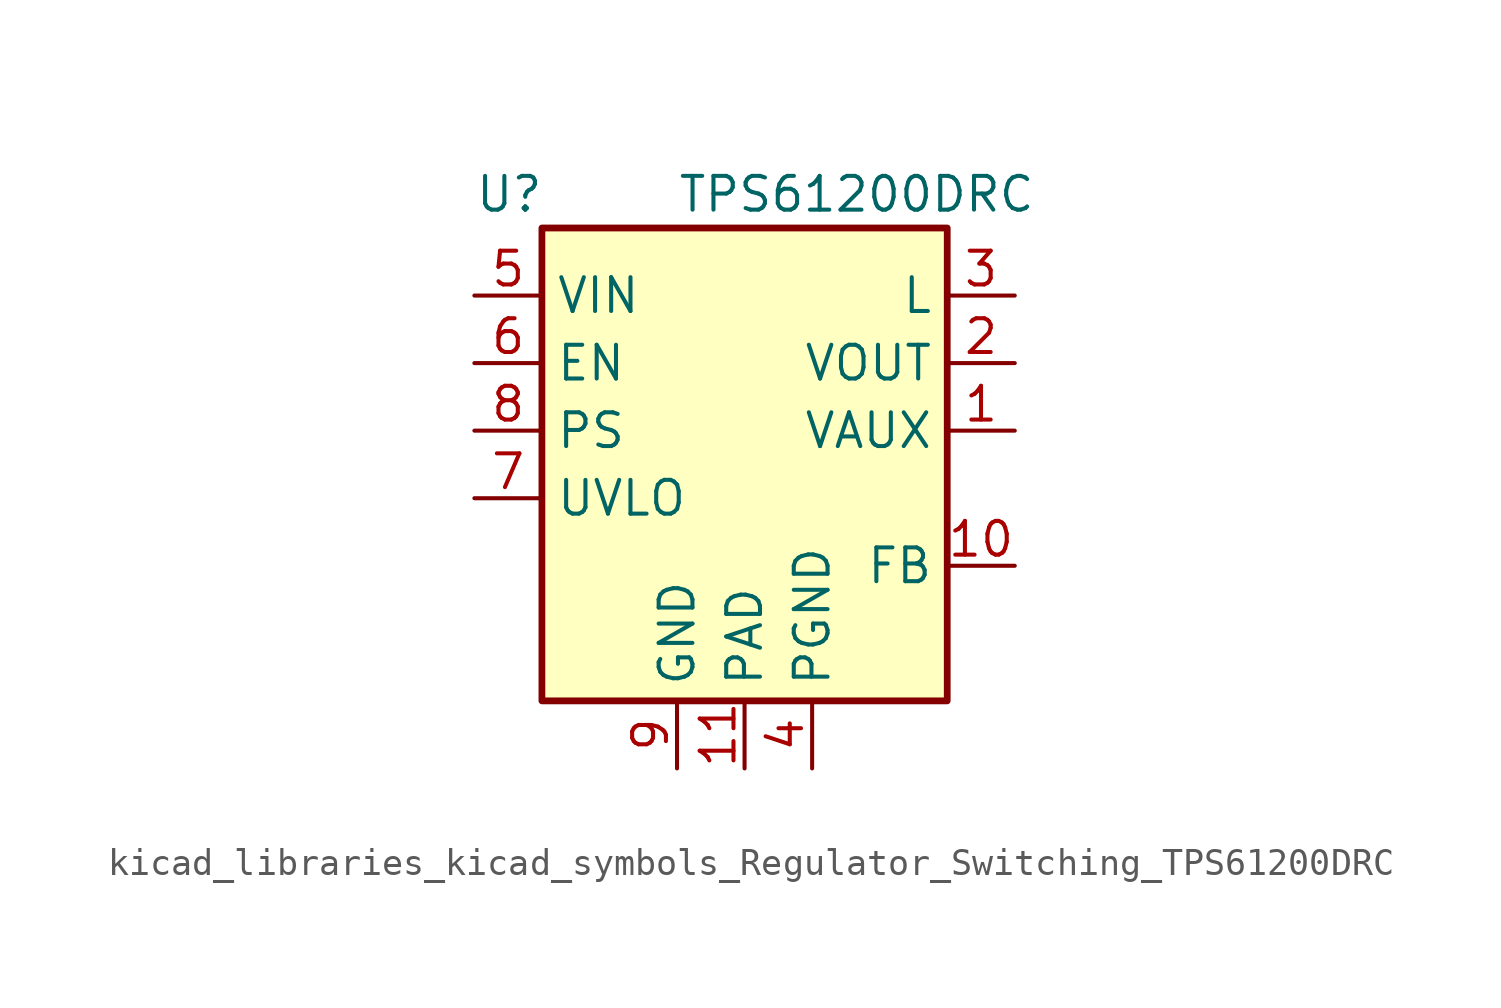
<source format=kicad_sym>
(kicad_symbol_lib
  (version 20220914)
  (generator kicad_symbol_editor)
  (symbol "kicad_libraries_kicad_symbols_Regulator_Switching_TPS61200DRC"
    (property "Reference" "U"
      (at -10.16 8.89 0)
      (effects (font (size 1.27 1.27)) (justify left)))
    (property "Value" "TPS61200DRC"
      (at -2.54 8.89 0)
      (effects (font (size 1.27 1.27)) (justify left)))
    (symbol "kicad_libraries_kicad_symbols_Regulator_Switching_TPS61200DRC_0_1"
      (rectangle (start -7.62 7.62) (end 7.62 -10.16) (stroke (width 0.254) (type default)) (fill (type background))))
    (symbol "kicad_libraries_kicad_symbols_Regulator_Switching_TPS61200DRC_1_1"
      (pin bidirectional line (at 10.16 0 180) (length 2.54) (name "VAUX" (effects (font (size 1.27 1.27)))) (number "1" (effects (font (size 1.27 1.27)))))
      (pin input line (at 10.16 -5.08 180) (length 2.54) (name "FB" (effects (font (size 1.27 1.27)))) (number "10" (effects (font (size 1.27 1.27)))))
      (pin power_in line (at 0 -12.7 90) (length 2.54) (name "PAD" (effects (font (size 1.27 1.27)))) (number "11" (effects (font (size 1.27 1.27)))))
      (pin power_out line (at 10.16 2.54 180) (length 2.54) (name "VOUT" (effects (font (size 1.27 1.27)))) (number "2" (effects (font (size 1.27 1.27)))))
      (pin input line (at 10.16 5.08 180) (length 2.54) (name "L" (effects (font (size 1.27 1.27)))) (number "3" (effects (font (size 1.27 1.27)))))
      (pin power_in line (at 2.54 -12.7 90) (length 2.54) (name "PGND" (effects (font (size 1.27 1.27)))) (number "4" (effects (font (size 1.27 1.27)))))
      (pin power_in line (at -10.16 5.08 0) (length 2.54) (name "VIN" (effects (font (size 1.27 1.27)))) (number "5" (effects (font (size 1.27 1.27)))))
      (pin input line (at -10.16 2.54 0) (length 2.54) (name "EN" (effects (font (size 1.27 1.27)))) (number "6" (effects (font (size 1.27 1.27)))))
      (pin input line (at -10.16 -2.54 0) (length 2.54) (name "UVLO" (effects (font (size 1.27 1.27)))) (number "7" (effects (font (size 1.27 1.27)))))
      (pin input line (at -10.16 0 0) (length 2.54) (name "PS" (effects (font (size 1.27 1.27)))) (number "8" (effects (font (size 1.27 1.27)))))
      (pin power_in line (at -2.54 -12.7 90) (length 2.54) (name "GND" (effects (font (size 1.27 1.27)))) (number "9" (effects (font (size 1.27 1.27))))))))
</source>
